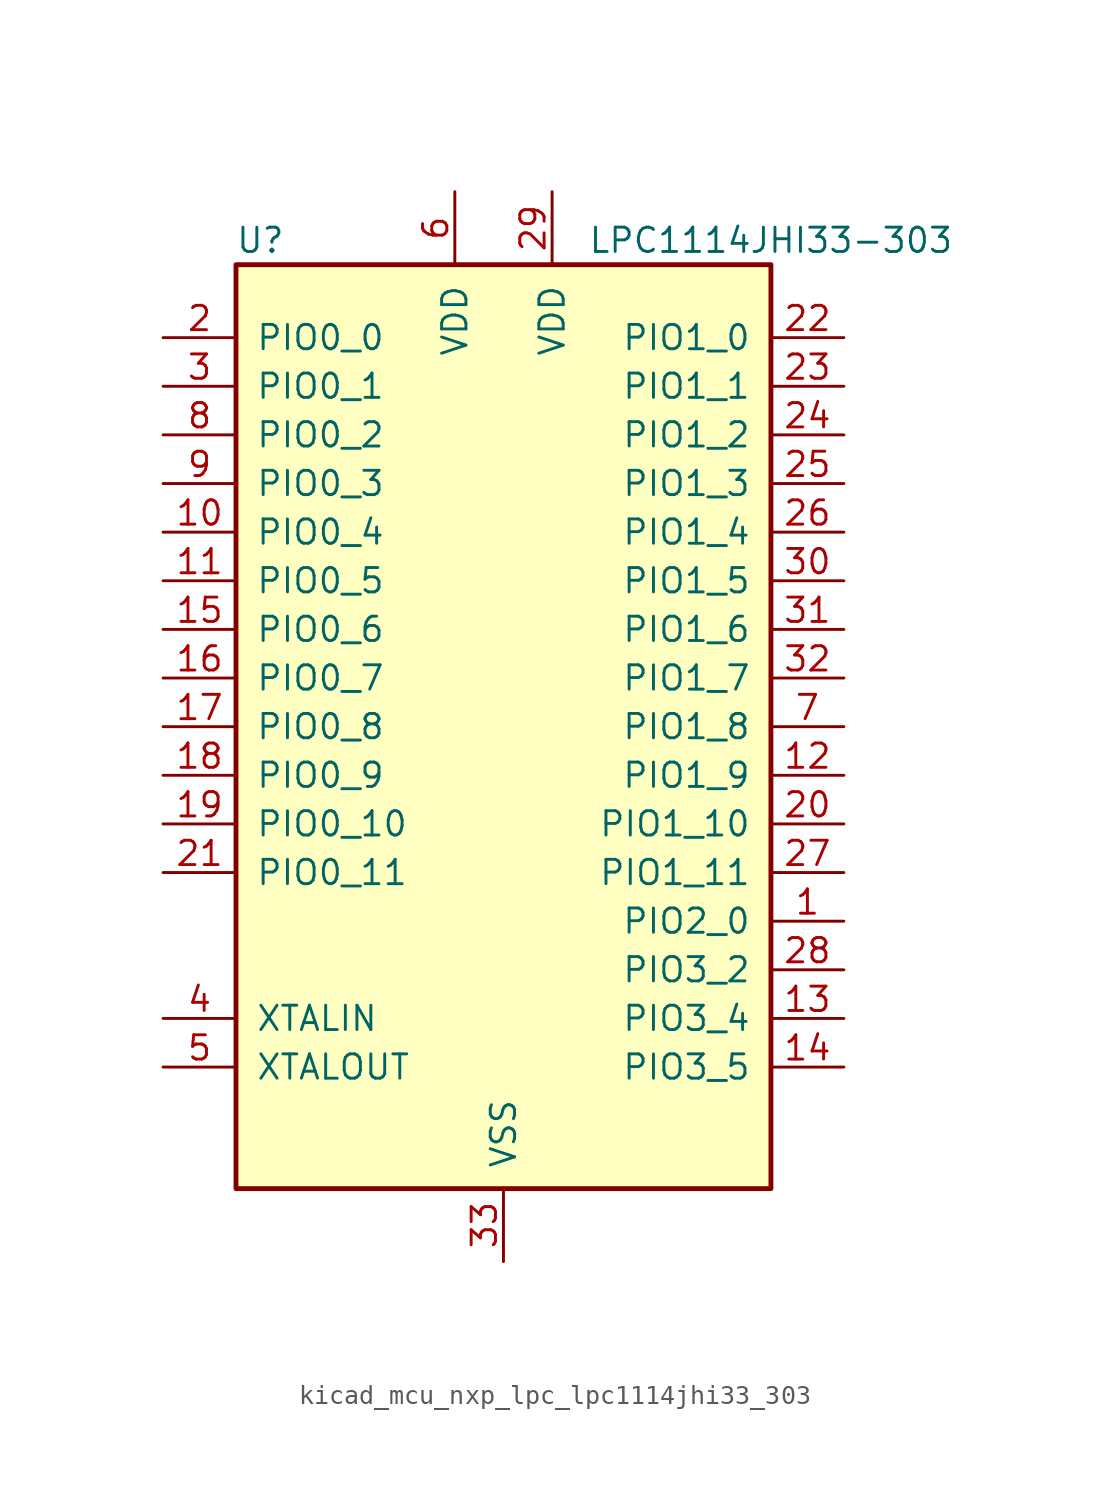
<source format=kicad_sym>
(kicad_symbol_lib
  (version 20220914)
  (generator kicad_symbol_editor)
  (symbol "kicad_mcu_nxp_lpc_lpc1114jhi33_303"
    (pin_names
      (offset 1.016))
    (property "Reference" "U"
      (at -12.7 25.4 0)
      (effects (font (size 1.27 1.27))))
    (property "Value" "LPC1114JHI33-303"
      (at 13.97 25.4 0)
      (effects (font (size 1.27 1.27))))
    (symbol "kicad_mcu_nxp_lpc_lpc1114jhi33_303_0_1"
      (rectangle (start -13.97 24.13) (end 13.97 -24.13) (stroke (width 0.254) (type default)) (fill (type background))))
    (symbol "kicad_mcu_nxp_lpc_lpc1114jhi33_303_1_1"
      (pin bidirectional line (at 17.78 -10.16 180) (length 3.81) (name "PIO2_0" (effects (font (size 1.27 1.27)))) (number "1" (effects (font (size 1.27 1.27)))))
      (pin bidirectional line (at -17.78 10.16 0) (length 3.81) (name "PIO0_4" (effects (font (size 1.27 1.27)))) (number "10" (effects (font (size 1.27 1.27)))))
      (pin bidirectional line (at -17.78 7.62 0) (length 3.81) (name "PIO0_5" (effects (font (size 1.27 1.27)))) (number "11" (effects (font (size 1.27 1.27)))))
      (pin bidirectional line (at 17.78 -2.54 180) (length 3.81) (name "PIO1_9" (effects (font (size 1.27 1.27)))) (number "12" (effects (font (size 1.27 1.27)))))
      (pin bidirectional line (at 17.78 -15.24 180) (length 3.81) (name "PIO3_4" (effects (font (size 1.27 1.27)))) (number "13" (effects (font (size 1.27 1.27)))))
      (pin bidirectional line (at 17.78 -17.78 180) (length 3.81) (name "PIO3_5" (effects (font (size 1.27 1.27)))) (number "14" (effects (font (size 1.27 1.27)))))
      (pin bidirectional line (at -17.78 5.08 0) (length 3.81) (name "PIO0_6" (effects (font (size 1.27 1.27)))) (number "15" (effects (font (size 1.27 1.27)))))
      (pin bidirectional line (at -17.78 2.54 0) (length 3.81) (name "PIO0_7" (effects (font (size 1.27 1.27)))) (number "16" (effects (font (size 1.27 1.27)))))
      (pin bidirectional line (at -17.78 0 0) (length 3.81) (name "PIO0_8" (effects (font (size 1.27 1.27)))) (number "17" (effects (font (size 1.27 1.27)))))
      (pin bidirectional line (at -17.78 -2.54 0) (length 3.81) (name "PIO0_9" (effects (font (size 1.27 1.27)))) (number "18" (effects (font (size 1.27 1.27)))))
      (pin bidirectional line (at -17.78 -5.08 0) (length 3.81) (name "PIO0_10" (effects (font (size 1.27 1.27)))) (number "19" (effects (font (size 1.27 1.27)))))
      (pin bidirectional line (at -17.78 20.32 0) (length 3.81) (name "PIO0_0" (effects (font (size 1.27 1.27)))) (number "2" (effects (font (size 1.27 1.27)))))
      (pin bidirectional line (at 17.78 -5.08 180) (length 3.81) (name "PIO1_10" (effects (font (size 1.27 1.27)))) (number "20" (effects (font (size 1.27 1.27)))))
      (pin bidirectional line (at -17.78 -7.62 0) (length 3.81) (name "PIO0_11" (effects (font (size 1.27 1.27)))) (number "21" (effects (font (size 1.27 1.27)))))
      (pin bidirectional line (at 17.78 20.32 180) (length 3.81) (name "PIO1_0" (effects (font (size 1.27 1.27)))) (number "22" (effects (font (size 1.27 1.27)))))
      (pin bidirectional line (at 17.78 17.78 180) (length 3.81) (name "PIO1_1" (effects (font (size 1.27 1.27)))) (number "23" (effects (font (size 1.27 1.27)))))
      (pin bidirectional line (at 17.78 15.24 180) (length 3.81) (name "PIO1_2" (effects (font (size 1.27 1.27)))) (number "24" (effects (font (size 1.27 1.27)))))
      (pin bidirectional line (at 17.78 12.7 180) (length 3.81) (name "PIO1_3" (effects (font (size 1.27 1.27)))) (number "25" (effects (font (size 1.27 1.27)))))
      (pin bidirectional line (at 17.78 10.16 180) (length 3.81) (name "PIO1_4" (effects (font (size 1.27 1.27)))) (number "26" (effects (font (size 1.27 1.27)))))
      (pin bidirectional line (at 17.78 -7.62 180) (length 3.81) (name "PIO1_11" (effects (font (size 1.27 1.27)))) (number "27" (effects (font (size 1.27 1.27)))))
      (pin bidirectional line (at 17.78 -12.7 180) (length 3.81) (name "PIO3_2" (effects (font (size 1.27 1.27)))) (number "28" (effects (font (size 1.27 1.27)))))
      (pin power_in line (at 2.54 27.94 270) (length 3.81) (name "VDD" (effects (font (size 1.27 1.27)))) (number "29" (effects (font (size 1.27 1.27)))))
      (pin bidirectional line (at -17.78 17.78 0) (length 3.81) (name "PIO0_1" (effects (font (size 1.27 1.27)))) (number "3" (effects (font (size 1.27 1.27)))))
      (pin bidirectional line (at 17.78 7.62 180) (length 3.81) (name "PIO1_5" (effects (font (size 1.27 1.27)))) (number "30" (effects (font (size 1.27 1.27)))))
      (pin bidirectional line (at 17.78 5.08 180) (length 3.81) (name "PIO1_6" (effects (font (size 1.27 1.27)))) (number "31" (effects (font (size 1.27 1.27)))))
      (pin bidirectional line (at 17.78 2.54 180) (length 3.81) (name "PIO1_7" (effects (font (size 1.27 1.27)))) (number "32" (effects (font (size 1.27 1.27)))))
      (pin power_in line (at 0 -27.94 90) (length 3.81) (name "VSS" (effects (font (size 1.27 1.27)))) (number "33" (effects (font (size 1.27 1.27)))))
      (pin input line (at -17.78 -15.24 0) (length 3.81) (name "XTALIN" (effects (font (size 1.27 1.27)))) (number "4" (effects (font (size 1.27 1.27)))))
      (pin output line (at -17.78 -17.78 0) (length 3.81) (name "XTALOUT" (effects (font (size 1.27 1.27)))) (number "5" (effects (font (size 1.27 1.27)))))
      (pin power_in line (at -2.54 27.94 270) (length 3.81) (name "VDD" (effects (font (size 1.27 1.27)))) (number "6" (effects (font (size 1.27 1.27)))))
      (pin bidirectional line (at 17.78 0 180) (length 3.81) (name "PIO1_8" (effects (font (size 1.27 1.27)))) (number "7" (effects (font (size 1.27 1.27)))))
      (pin bidirectional line (at -17.78 15.24 0) (length 3.81) (name "PIO0_2" (effects (font (size 1.27 1.27)))) (number "8" (effects (font (size 1.27 1.27)))))
      (pin bidirectional line (at -17.78 12.7 0) (length 3.81) (name "PIO0_3" (effects (font (size 1.27 1.27)))) (number "9" (effects (font (size 1.27 1.27))))))))
</source>
